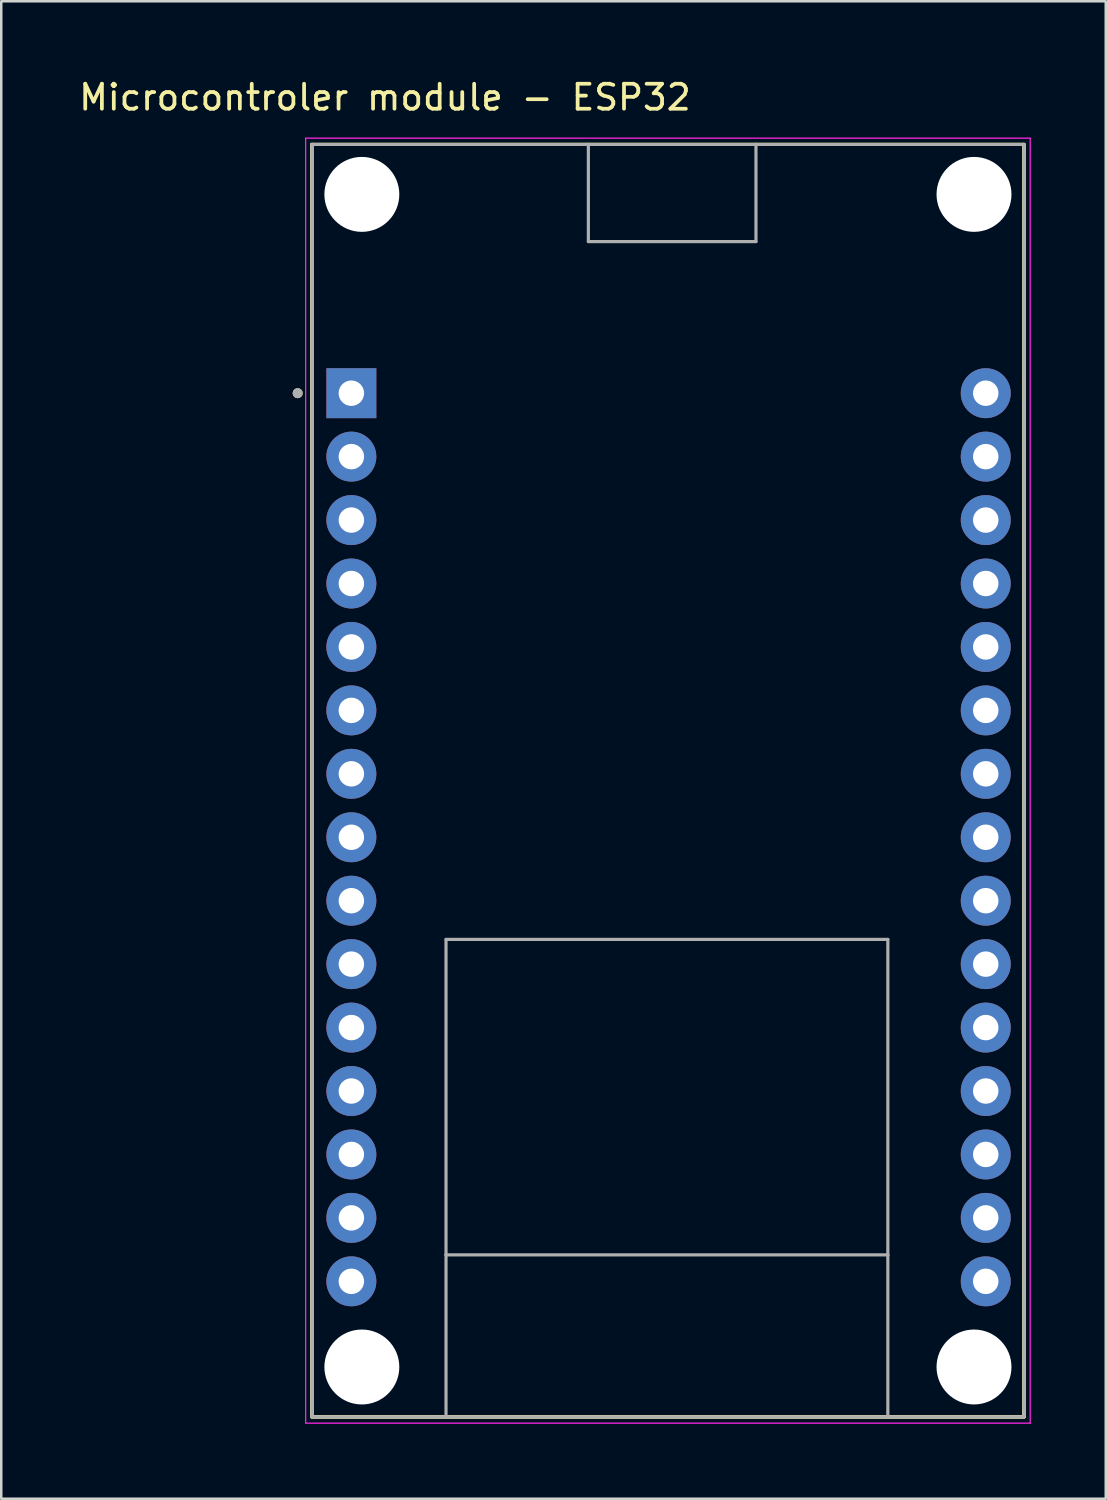
<source format=kicad_pcb>
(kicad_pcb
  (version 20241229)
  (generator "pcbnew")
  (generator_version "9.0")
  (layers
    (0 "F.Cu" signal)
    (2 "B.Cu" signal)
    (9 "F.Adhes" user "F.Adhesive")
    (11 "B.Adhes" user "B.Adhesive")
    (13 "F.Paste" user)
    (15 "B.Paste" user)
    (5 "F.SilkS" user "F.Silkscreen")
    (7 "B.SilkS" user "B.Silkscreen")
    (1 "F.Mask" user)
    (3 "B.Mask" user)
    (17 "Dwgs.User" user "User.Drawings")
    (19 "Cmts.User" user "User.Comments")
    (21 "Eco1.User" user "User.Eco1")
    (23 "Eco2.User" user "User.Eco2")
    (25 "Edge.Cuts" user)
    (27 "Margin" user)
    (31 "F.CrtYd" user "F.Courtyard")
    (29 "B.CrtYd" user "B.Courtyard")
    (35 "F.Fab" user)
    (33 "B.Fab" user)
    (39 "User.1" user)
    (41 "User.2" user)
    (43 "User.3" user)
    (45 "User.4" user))
  (footprint "Microcontroler module - ESP32"
    (layer "F.Cu")
    (at 23.718 28.208)
    (property "Reference" "Microcontroler module - ESP32" (at -11.355 -27.36 0) (layer "F.SilkS") (effects (font (size 1 1) (thickness 0.15))))
    (attr through_hole)
    (fp_line (start -14.28 -25.475) (end -3.211 -25.475) (stroke (width 0.127) (type solid)) (layer "F.SilkS"))
    (fp_line (start -14.28 -25.475) (end 14.23 -25.475) (stroke (width 0.127) (type solid)) (layer "F.SilkS"))
    (fp_line (start -14.28 25.475) (end -14.28 -25.475) (stroke (width 0.127) (type solid)) (layer "F.SilkS"))
    (fp_line (start -14.28 25.475) (end -14.28 -25.475) (stroke (width 0.127) (type solid)) (layer "F.SilkS"))
    (fp_line (start -14.28 25.475) (end -8.91 25.475) (stroke (width 0.127) (type solid)) (layer "F.SilkS"))
    (fp_line (start -8.91 25.475) (end 8.78 25.475) (stroke (width 0.127) (type solid)) (layer "F.SilkS"))
    (fp_line (start -3.211 -25.475) (end 3.5 -25.475) (stroke (width 0.127) (type solid)) (layer "F.SilkS"))
    (fp_line (start 3.5 -25.475) (end 14.23 -25.475) (stroke (width 0.127) (type solid)) (layer "F.SilkS"))
    (fp_line (start 8.78 25.475) (end 14.23 25.475) (stroke (width 0.127) (type solid)) (layer "F.SilkS"))
    (fp_line (start 14.23 -25.475) (end 14.23 25.475) (stroke (width 0.127) (type solid)) (layer "F.SilkS"))
    (fp_line (start 14.23 -25.475) (end 14.23 25.475) (stroke (width 0.127) (type solid)) (layer "F.SilkS"))
    (fp_line (start 14.23 25.475) (end -14.28 25.475) (stroke (width 0.127) (type solid)) (layer "F.SilkS"))
    (fp_circle (center -14.85 -15.515) (end -14.75 -15.515) (stroke (width 0.2) (type solid)) (fill no) (layer "F.SilkS"))
    (fp_line (start -14.53 -25.725) (end -14.53 25.725) (stroke (width 0.05) (type solid)) (layer "F.CrtYd"))
    (fp_line (start -14.53 25.725) (end 14.48 25.725) (stroke (width 0.05) (type solid)) (layer "F.CrtYd"))
    (fp_line (start 14.48 -25.725) (end -14.53 -25.725) (stroke (width 0.05) (type solid)) (layer "F.CrtYd"))
    (fp_line (start 14.48 25.725) (end 14.48 -25.725) (stroke (width 0.05) (type solid)) (layer "F.CrtYd"))
    (fp_line (start -14.28 -25.475) (end -3.211 -25.475) (stroke (width 0.127) (type solid)) (layer "F.Fab"))
    (fp_line (start -14.28 25.475) (end -14.28 -25.475) (stroke (width 0.127) (type solid)) (layer "F.Fab"))
    (fp_line (start -14.28 25.475) (end -8.91 25.475) (stroke (width 0.127) (type solid)) (layer "F.Fab"))
    (fp_line (start -8.91 6.355) (end 8.78 6.355) (stroke (width 0.127) (type solid)) (layer "F.Fab"))
    (fp_line (start -8.91 18.985) (end -8.91 6.355) (stroke (width 0.127) (type solid)) (layer "F.Fab"))
    (fp_line (start -8.91 18.985) (end 8.78 18.985) (stroke (width 0.127) (type solid)) (layer "F.Fab"))
    (fp_line (start -8.91 25.475) (end -8.91 18.985) (stroke (width 0.127) (type solid)) (layer "F.Fab"))
    (fp_line (start -8.91 25.475) (end 8.78 25.475) (stroke (width 0.127) (type solid)) (layer "F.Fab"))
    (fp_line (start -3.211 -25.475) (end 3.5 -25.475) (stroke (width 0.127) (type solid)) (layer "F.Fab"))
    (fp_line (start -3.211 -21.585) (end -3.211 -25.475) (stroke (width 0.127) (type solid)) (layer "F.Fab"))
    (fp_line (start 3.5 -25.475) (end 3.5 -21.585) (stroke (width 0.127) (type solid)) (layer "F.Fab"))
    (fp_line (start 3.5 -25.475) (end 14.23 -25.475) (stroke (width 0.127) (type solid)) (layer "F.Fab"))
    (fp_line (start 3.5 -21.585) (end -3.211 -21.585) (stroke (width 0.127) (type solid)) (layer "F.Fab"))
    (fp_line (start 8.78 6.355) (end 8.78 18.985) (stroke (width 0.127) (type solid)) (layer "F.Fab"))
    (fp_line (start 8.78 18.985) (end 8.78 25.475) (stroke (width 0.127) (type solid)) (layer "F.Fab"))
    (fp_line (start 8.78 25.475) (end 14.23 25.475) (stroke (width 0.127) (type solid)) (layer "F.Fab"))
    (fp_line (start 14.23 -25.475) (end 14.23 25.475) (stroke (width 0.127) (type solid)) (layer "F.Fab"))
    (fp_circle (center -14.85 -15.515) (end -14.75 -15.515) (stroke (width 0.2) (type solid)) (fill no) (layer "F.Fab"))
    (pad "" np_thru_hole circle (at -12.28 -23.475) (size 3 3) (drill 3) (layers "*.Cu" "*.Mask"))
    (pad "" np_thru_hole circle (at -12.28 23.475) (size 3 3) (drill 3) (layers "*.Cu" "*.Mask"))
    (pad "" np_thru_hole circle (at 12.23 -23.475) (size 3 3) (drill 3) (layers "*.Cu" "*.Mask"))
    (pad "" np_thru_hole circle (at 12.23 23.475) (size 3 3) (drill 3) (layers "*.Cu" "*.Mask"))
    (pad "1" thru_hole rect (at -12.7 -15.515) (size 2 2) (drill 1.02) (layers "*.Cu" "*.Mask"))
    (pad "2" thru_hole circle (at -12.7 -12.975) (size 2 2) (drill 1.02) (layers "*.Cu" "*.Mask"))
    (pad "3" thru_hole circle (at -12.7 -10.435) (size 2 2) (drill 1.02) (layers "*.Cu" "*.Mask"))
    (pad "4" thru_hole circle (at -12.7 -7.895) (size 2 2) (drill 1.02) (layers "*.Cu" "*.Mask"))
    (pad "5" thru_hole circle (at -12.7 -5.355) (size 2 2) (drill 1.02) (layers "*.Cu" "*.Mask"))
    (pad "6" thru_hole circle (at -12.7 -2.815) (size 2 2) (drill 1.02) (layers "*.Cu" "*.Mask"))
    (pad "7" thru_hole circle (at -12.7 -0.275) (size 2 2) (drill 1.02) (layers "*.Cu" "*.Mask"))
    (pad "8" thru_hole circle (at -12.7 2.265) (size 2 2) (drill 1.02) (layers "*.Cu" "*.Mask"))
    (pad "9" thru_hole circle (at -12.7 4.805) (size 2 2) (drill 1.02) (layers "*.Cu" "*.Mask"))
    (pad "10" thru_hole circle (at -12.7 7.345) (size 2 2) (drill 1.02) (layers "*.Cu" "*.Mask"))
    (pad "11" thru_hole circle (at -12.7 9.885) (size 2 2) (drill 1.02) (layers "*.Cu" "*.Mask"))
    (pad "12" thru_hole circle (at -12.7 12.425) (size 2 2) (drill 1.02) (layers "*.Cu" "*.Mask"))
    (pad "13" thru_hole circle (at -12.7 14.965) (size 2 2) (drill 1.02) (layers "*.Cu" "*.Mask"))
    (pad "14" thru_hole circle (at -12.7 17.505) (size 2 2) (drill 1.02) (layers "*.Cu" "*.Mask"))
    (pad "15" thru_hole circle (at -12.7 20.045) (size 2 2) (drill 1.02) (layers "*.Cu" "*.Mask"))
    (pad "16" thru_hole circle (at 12.7 20.045) (size 2 2) (drill 1.02) (layers "*.Cu" "*.Mask"))
    (pad "17" thru_hole circle (at 12.7 17.505) (size 2 2) (drill 1.02) (layers "*.Cu" "*.Mask"))
    (pad "18" thru_hole circle (at 12.7 14.965) (size 2 2) (drill 1.02) (layers "*.Cu" "*.Mask"))
    (pad "19" thru_hole circle (at 12.7 12.425) (size 2 2) (drill 1.02) (layers "*.Cu" "*.Mask"))
    (pad "20" thru_hole circle (at 12.7 9.885) (size 2 2) (drill 1.02) (layers "*.Cu" "*.Mask"))
    (pad "21" thru_hole circle (at 12.7 7.345) (size 2 2) (drill 1.02) (layers "*.Cu" "*.Mask"))
    (pad "22" thru_hole circle (at 12.7 4.805) (size 2 2) (drill 1.02) (layers "*.Cu" "*.Mask"))
    (pad "23" thru_hole circle (at 12.7 2.265) (size 2 2) (drill 1.02) (layers "*.Cu" "*.Mask"))
    (pad "24" thru_hole circle (at 12.7 -0.275) (size 2 2) (drill 1.02) (layers "*.Cu" "*.Mask"))
    (pad "25" thru_hole circle (at 12.7 -2.815) (size 2 2) (drill 1.02) (layers "*.Cu" "*.Mask"))
    (pad "26" thru_hole circle (at 12.7 -5.355) (size 2 2) (drill 1.02) (layers "*.Cu" "*.Mask"))
    (pad "27" thru_hole circle (at 12.7 -7.895) (size 2 2) (drill 1.02) (layers "*.Cu" "*.Mask"))
    (pad "28" thru_hole circle (at 12.7 -10.435) (size 2 2) (drill 1.02) (layers "*.Cu" "*.Mask"))
    (pad "29" thru_hole circle (at 12.7 -12.975) (size 2 2) (drill 1.02) (layers "*.Cu" "*.Mask"))
    (pad "30" thru_hole circle (at 12.7 -15.515) (size 2 2) (drill 1.02) (layers "*.Cu" "*.Mask"))
    (zone (net_name "") (layer "F.Cu") (hatch full 0.508) (connect_pads) (min_thickness 0.01) (filled_areas_thickness no) (keepout (tracks not_allowed) (vias not_allowed) (pads not_allowed) (copperpour not_allowed) (footprints allowed)) (placement (enabled no)) (fill) (polygon (pts (xy 14.808 47.193) (xy 32.498 47.193) (xy 32.498 53.683) (xy 14.808 53.683))))
    (zone (net_name "") (layers "F.Cu" "B.Cu") (hatch full 0.508) (connect_pads) (min_thickness 0.01) (filled_areas_thickness no) (keepout (tracks allowed) (vias not_allowed) (pads allowed) (copperpour allowed) (footprints allowed)) (placement (enabled no)) (fill) (polygon (pts (xy 14.808 47.193) (xy 32.498 47.193) (xy 32.498 53.683) (xy 14.808 53.683))))
    (zone (net_name "") (layer "B.Cu") (hatch full 0.508) (connect_pads) (min_thickness 0.01) (filled_areas_thickness no) (keepout (tracks not_allowed) (vias not_allowed) (pads not_allowed) (copperpour not_allowed) (footprints allowed)) (placement (enabled no)) (fill) (polygon (pts (xy 14.808 47.193) (xy 32.498 47.193) (xy 32.498 53.683) (xy 14.808 53.683)))))
  (gr_rect
    (start -3 -3)
    (end 41.223 56.958)
    (stroke (width 0.1) (type default))
    (fill no)
    (layer "Edge.Cuts")))
</source>
